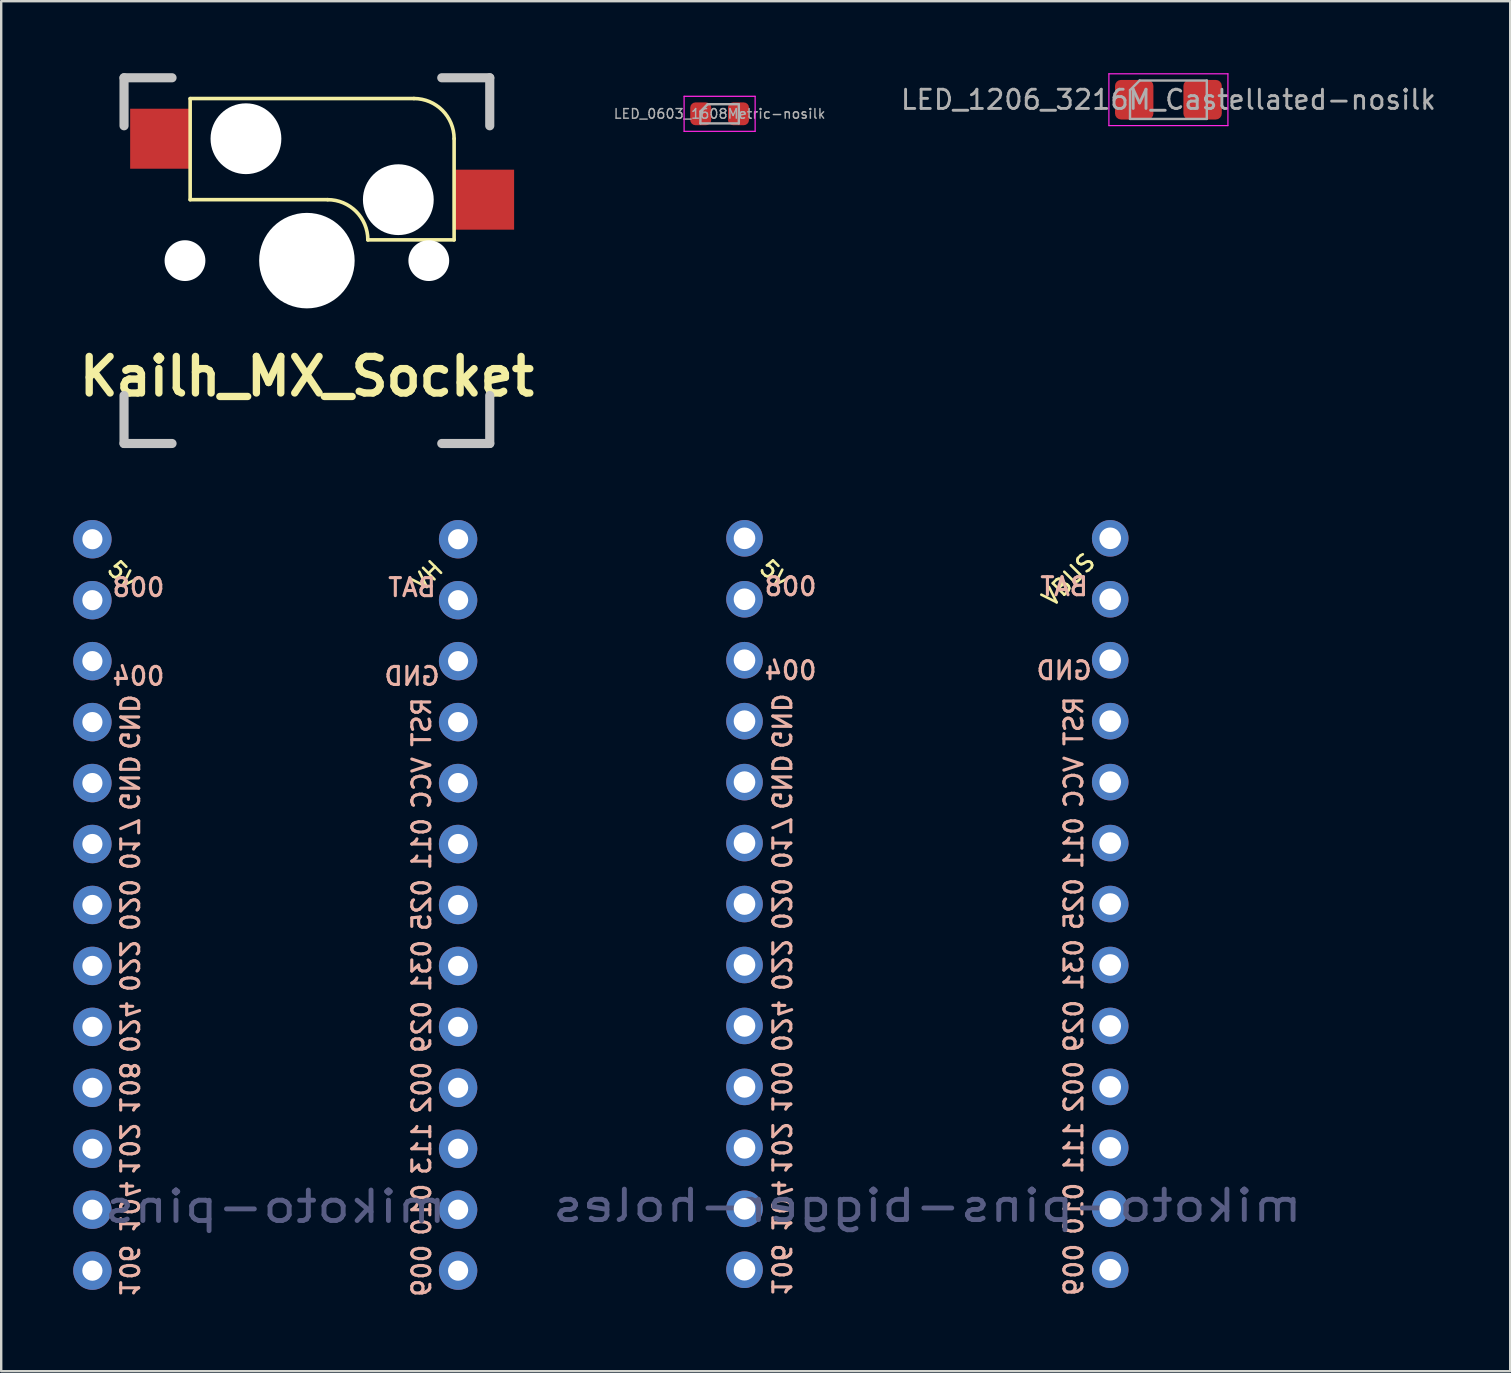
<source format=kicad_pcb>
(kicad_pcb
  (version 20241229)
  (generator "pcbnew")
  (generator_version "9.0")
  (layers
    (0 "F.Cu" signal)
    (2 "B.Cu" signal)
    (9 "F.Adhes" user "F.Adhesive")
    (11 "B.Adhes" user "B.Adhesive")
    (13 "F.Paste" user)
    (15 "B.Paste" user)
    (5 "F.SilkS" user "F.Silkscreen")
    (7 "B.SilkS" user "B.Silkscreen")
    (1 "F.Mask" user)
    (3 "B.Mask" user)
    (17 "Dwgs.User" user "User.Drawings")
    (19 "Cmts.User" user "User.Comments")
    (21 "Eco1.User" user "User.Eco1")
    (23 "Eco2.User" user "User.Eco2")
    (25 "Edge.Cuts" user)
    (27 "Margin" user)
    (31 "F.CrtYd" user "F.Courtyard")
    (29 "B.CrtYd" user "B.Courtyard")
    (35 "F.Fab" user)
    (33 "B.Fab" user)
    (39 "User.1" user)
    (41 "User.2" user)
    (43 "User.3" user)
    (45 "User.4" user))
  (footprint "mikoto-pins"
    (layer "F.Cu")
    (at 8.42 35.931)
    (property "Reference" "mikoto-pins" (at 0 11.303 0) (layer "B.Fab") (effects (font (size 1.27 1.524) (thickness 0.203)) (justify mirror)))
    (attr through_hole)
    (fp_text user "5V" (at -6.858 -15.494 315) (unlocked yes) (layer "F.SilkS") (effects (font (size 0.675 0.675) (thickness 0.11)) (justify left)))
    (fp_text user "VH" (at 6.858 -15.494 45) (unlocked yes) (layer "F.SilkS") (effects (font (size 0.675 0.675) (thickness 0.11)) (justify right)))
    (fp_text user "010" (at 6.1 11.43 90) (unlocked yes) (layer "B.SilkS") (effects (font (size 0.75 0.75) (thickness 0.13)) (justify mirror)))
    (fp_text user "108" (at -6.1 6.35 270) (unlocked yes) (layer "B.SilkS") (effects (font (size 0.75 0.75) (thickness 0.13)) (justify mirror)))
    (fp_text user "106" (at -6.1 13.97 270) (unlocked yes) (layer "B.SilkS") (effects (font (size 0.75 0.75) (thickness 0.13)) (justify mirror)))
    (fp_text user "022" (at -6.1 1.27 270) (unlocked yes) (layer "B.SilkS") (effects (font (size 0.75 0.75) (thickness 0.13)) (justify mirror)))
    (fp_text user "009" (at 6.1 13.97 90) (unlocked yes) (layer "B.SilkS") (effects (font (size 0.75 0.75) (thickness 0.13)) (justify mirror)))
    (fp_text user "008" (at -5.7 -14.5 0) (unlocked yes) (layer "B.SilkS") (effects (font (size 0.75 0.75) (thickness 0.13)) (justify mirror)))
    (fp_text user "GND" (at 5.7 -10.8 0) (unlocked yes) (layer "B.SilkS") (effects (font (size 0.75 0.75) (thickness 0.13)) (justify mirror)))
    (fp_text user "029" (at 6.1 3.81 90) (unlocked yes) (layer "B.SilkS") (effects (font (size 0.75 0.75) (thickness 0.13)) (justify mirror)))
    (fp_text user "GND" (at -6.1 -6.35 270) (unlocked yes) (layer "B.SilkS") (effects (font (size 0.75 0.75) (thickness 0.13)) (justify mirror)))
    (fp_text user "113" (at 6.1 8.89 90) (unlocked yes) (layer "B.SilkS") (effects (font (size 0.75 0.75) (thickness 0.13)) (justify mirror)))
    (fp_text user "104" (at -6.1 11.303 270) (unlocked yes) (layer "B.SilkS") (effects (font (size 0.75 0.75) (thickness 0.13)) (justify mirror)))
    (fp_text user "RST" (at 6.1 -8.89 90) (unlocked yes) (layer "B.SilkS") (effects (font (size 0.75 0.75) (thickness 0.13)) (justify mirror)))
    (fp_text user "002" (at 6.1 6.35 90) (unlocked yes) (layer "B.SilkS") (effects (font (size 0.75 0.75) (thickness 0.13)) (justify mirror)))
    (fp_text user "102" (at -6.1 8.89 270) (unlocked yes) (layer "B.SilkS") (effects (font (size 0.75 0.75) (thickness 0.13)) (justify mirror)))
    (fp_text user "024" (at -6.1 3.81 270) (unlocked yes) (layer "B.SilkS") (effects (font (size 0.75 0.75) (thickness 0.13)) (justify mirror)))
    (fp_text user "031" (at 6.1 1.27 90) (unlocked yes) (layer "B.SilkS") (effects (font (size 0.75 0.75) (thickness 0.13)) (justify mirror)))
    (fp_text user "004" (at -5.7 -10.8 0) (unlocked yes) (layer "B.SilkS") (effects (font (size 0.75 0.75) (thickness 0.13)) (justify mirror)))
    (fp_text user "017" (at -6.1 -3.81 270) (unlocked yes) (layer "B.SilkS") (effects (font (size 0.75 0.75) (thickness 0.13)) (justify mirror)))
    (fp_text user "GND" (at -6.1 -8.89 270) (unlocked yes) (layer "B.SilkS") (effects (font (size 0.75 0.75) (thickness 0.13)) (justify mirror)))
    (fp_text user "025" (at 6.1 -1.27 90) (unlocked yes) (layer "B.SilkS") (effects (font (size 0.75 0.75) (thickness 0.13)) (justify mirror)))
    (fp_text user "VCC" (at 6.1 -6.35 90) (unlocked yes) (layer "B.SilkS") (effects (font (size 0.75 0.75) (thickness 0.13)) (justify mirror)))
    (fp_text user "011" (at 6.1 -3.81 90) (unlocked yes) (layer "B.SilkS") (effects (font (size 0.75 0.75) (thickness 0.13)) (justify mirror)))
    (fp_text user "020" (at -6.1 -1.27 270) (unlocked yes) (layer "B.SilkS") (effects (font (size 0.75 0.75) (thickness 0.13)) (justify mirror)))
    (fp_text user "BAT" (at 5.7 -14.5 0) (unlocked yes) (layer "B.SilkS") (effects (font (size 0.75 0.75) (thickness 0.13)) (justify mirror)))
    (pad "1" thru_hole circle (at -7.62 -16.51) (size 1.6 1.6) (drill 0.84) (layers "*.Cu" "*.Mask"))
    (pad "2" thru_hole circle (at -7.62 -13.97) (size 1.6 1.6) (drill 0.84) (layers "*.Cu" "*.Mask"))
    (pad "3" thru_hole circle (at -7.62 -11.43) (size 1.6 1.6) (drill 0.84) (layers "*.Cu" "*.Mask"))
    (pad "4" thru_hole circle (at -7.62 -8.89) (size 1.6 1.6) (drill 0.84) (layers "*.Cu" "*.Mask"))
    (pad "5" thru_hole circle (at -7.62 -6.35) (size 1.6 1.6) (drill 0.84) (layers "*.Cu" "*.Mask"))
    (pad "6" thru_hole circle (at -7.62 -3.81) (size 1.6 1.6) (drill 0.84) (layers "*.Cu" "*.Mask"))
    (pad "7" thru_hole circle (at -7.62 -1.27) (size 1.6 1.6) (drill 0.84) (layers "*.Cu" "*.Mask"))
    (pad "8" thru_hole circle (at -7.62 1.27) (size 1.6 1.6) (drill 0.84) (layers "*.Cu" "*.Mask"))
    (pad "9" thru_hole circle (at -7.62 3.81) (size 1.6 1.6) (drill 0.84) (layers "*.Cu" "*.Mask"))
    (pad "10" thru_hole circle (at -7.62 6.35) (size 1.6 1.6) (drill 0.84) (layers "*.Cu" "*.Mask"))
    (pad "11" thru_hole circle (at -7.62 8.89) (size 1.6 1.6) (drill 0.84) (layers "*.Cu" "*.Mask"))
    (pad "12" thru_hole circle (at -7.62 11.43) (size 1.6 1.6) (drill 0.84) (layers "*.Cu" "*.Mask"))
    (pad "13" thru_hole circle (at -7.62 13.97) (size 1.6 1.6) (drill 0.84) (layers "*.Cu" "*.Mask"))
    (pad "14" thru_hole circle (at 7.62 13.97) (size 1.6 1.6) (drill 0.84) (layers "*.Cu" "*.Mask"))
    (pad "15" thru_hole circle (at 7.62 11.43) (size 1.6 1.6) (drill 0.84) (layers "*.Cu" "*.Mask"))
    (pad "16" thru_hole circle (at 7.62 8.89) (size 1.6 1.6) (drill 0.84) (layers "*.Cu" "*.Mask"))
    (pad "17" thru_hole circle (at 7.62 6.35) (size 1.6 1.6) (drill 0.84) (layers "*.Cu" "*.Mask"))
    (pad "18" thru_hole circle (at 7.62 3.81) (size 1.6 1.6) (drill 0.84) (layers "*.Cu" "*.Mask"))
    (pad "19" thru_hole circle (at 7.62 1.27) (size 1.6 1.6) (drill 0.84) (layers "*.Cu" "*.Mask"))
    (pad "20" thru_hole circle (at 7.62 -1.27) (size 1.6 1.6) (drill 0.84) (layers "*.Cu" "*.Mask"))
    (pad "21" thru_hole circle (at 7.62 -3.81) (size 1.6 1.6) (drill 0.84) (layers "*.Cu" "*.Mask"))
    (pad "22" thru_hole circle (at 7.62 -6.35) (size 1.6 1.6) (drill 0.84) (layers "*.Cu" "*.Mask"))
    (pad "23" thru_hole circle (at 7.62 -8.89) (size 1.6 1.6) (drill 0.84) (layers "*.Cu" "*.Mask"))
    (pad "24" thru_hole circle (at 7.62 -11.43) (size 1.6 1.6) (drill 0.84) (layers "*.Cu" "*.Mask"))
    (pad "25" thru_hole circle (at 7.62 -13.97) (size 1.6 1.6) (drill 0.84) (layers "*.Cu" "*.Mask"))
    (pad "26" thru_hole circle (at 7.62 -16.51) (size 1.6 1.6) (drill 0.84) (layers "*.Cu" "*.Mask")))
  (footprint "LED_1206_3216M_Castellated-nosilk"
    (layer "F.Cu")
    (at 45.64 1.105)
    (property "Reference" "LED_1206_3216M_Castellated-nosilk" (at 0 0 0) (layer "Eco2.User") (effects (font (size 0.3 0.3) (thickness 0.05))))
    (attr smd)
    (fp_line (start -2.48 -1.08) (end 2.48 -1.08) (stroke (width 0.05) (type solid)) (layer "F.CrtYd"))
    (fp_line (start -2.48 1.08) (end -2.48 -1.08) (stroke (width 0.05) (type solid)) (layer "F.CrtYd"))
    (fp_line (start 2.48 -1.08) (end 2.48 1.08) (stroke (width 0.05) (type solid)) (layer "F.CrtYd"))
    (fp_line (start 2.48 1.08) (end -2.48 1.08) (stroke (width 0.05) (type solid)) (layer "F.CrtYd"))
    (fp_line (start -1.6 -0.4) (end -1.6 0.8) (stroke (width 0.1) (type solid)) (layer "F.Fab"))
    (fp_line (start -1.6 0.8) (end 1.6 0.8) (stroke (width 0.1) (type solid)) (layer "F.Fab"))
    (fp_line (start -1.2 -0.8) (end -1.6 -0.4) (stroke (width 0.1) (type solid)) (layer "F.Fab"))
    (fp_line (start 1.6 -0.8) (end -1.2 -0.8) (stroke (width 0.1) (type solid)) (layer "F.Fab"))
    (fp_line (start 1.6 0.8) (end 1.6 -0.8) (stroke (width 0.1) (type solid)) (layer "F.Fab"))
    (fp_text user "${REFERENCE}" (at 0 0 0) (layer "F.Fab") (effects (font (size 0.8 0.8) (thickness 0.12))))
    (pad "1" smd roundrect (at -1.425 0) (size 1.6 1.65) (layers "F.Cu" "F.Mask" "F.Paste") (roundrect_rratio 0.156))
    (pad "2" smd roundrect (at 1.425 0) (size 1.6 1.65) (layers "F.Cu" "F.Mask" "F.Paste") (roundrect_rratio 0.156)))
  (footprint "Kailh_MX_Socket"
    (layer "F.Cu")
    (at 9.739 7.811)
    (property "Reference" "Kailh_MX_Socket" (at 0 4.826 0) (layer "F.SilkS") (effects (font (size 1.524 1.524) (thickness 0.305))))
    (attr through_hole)
    (fp_line (start -4.865 -6.75) (end -4.865 -2.54) (stroke (width 0.15) (type solid)) (layer "F.SilkS"))
    (fp_line (start 0.865 -2.54) (end -4.865 -2.54) (stroke (width 0.15) (type solid)) (layer "F.SilkS"))
    (fp_line (start 4.46 -6.755) (end -4.865 -6.755) (stroke (width 0.15) (type solid)) (layer "F.SilkS"))
    (fp_line (start 6.135 -5.08) (end 6.135 -0.865) (stroke (width 0.15) (type solid)) (layer "F.SilkS"))
    (fp_line (start 6.135 -0.865) (end 2.54 -0.865) (stroke (width 0.15) (type solid)) (layer "F.SilkS"))
    (fp_arc (start 0.865 -2.54) (mid 2.049404 -2.049404) (end 2.54 -0.865) (stroke (width 0.15) (type solid)) (layer "F.SilkS"))
    (fp_arc (start 4.46 -6.755) (mid 5.644404 -6.264404) (end 6.135 -5.08) (stroke (width 0.15) (type solid)) (layer "F.SilkS"))
    (fp_line (start -7.62 -7.62) (end -5.62 -7.62) (stroke (width 0.381) (type solid)) (layer "Dwgs.User"))
    (fp_line (start -7.62 -5.62) (end -7.62 -7.62) (stroke (width 0.381) (type solid)) (layer "Dwgs.User"))
    (fp_line (start -7.62 5.62) (end -7.62 7.62) (stroke (width 0.381) (type solid)) (layer "Dwgs.User"))
    (fp_line (start -7.62 7.62) (end -5.62 7.62) (stroke (width 0.381) (type solid)) (layer "Dwgs.User"))
    (fp_line (start 5.62 -7.62) (end 7.62 -7.62) (stroke (width 0.381) (type solid)) (layer "Dwgs.User"))
    (fp_line (start 5.62 7.62) (end 7.62 7.62) (stroke (width 0.381) (type solid)) (layer "Dwgs.User"))
    (fp_line (start 7.62 -7.62) (end 7.62 -5.62) (stroke (width 0.381) (type solid)) (layer "Dwgs.User"))
    (fp_line (start 7.62 5.62) (end 7.62 7.62) (stroke (width 0.381) (type solid)) (layer "Dwgs.User"))
    (pad "" np_thru_hole circle (at -5.08 0) (size 1.7 1.7) (drill 1.7) (layers "*.Cu" "*.Mask"))
    (pad "" np_thru_hole circle (at -2.54 -5.08) (size 2.95 2.95) (drill 2.95) (layers "*.Cu" "*.Mask"))
    (pad "" np_thru_hole circle (at 0 0) (size 3.98 3.98) (drill 3.98) (layers "*.Cu" "*.Mask"))
    (pad "" np_thru_hole circle (at 3.81 -2.54) (size 2.95 2.95) (drill 2.95) (layers "*.Cu" "*.Mask"))
    (pad "" np_thru_hole circle (at 5.08 0) (size 1.7 1.7) (drill 1.7) (layers "*.Cu" "*.Mask"))
    (pad "1" smd rect (at 7.36 -2.54) (size 2.55 2.5) (layers "F.Cu" "F.Mask" "F.Paste"))
    (pad "2" smd rect (at -6.09 -5.08) (size 2.55 2.5) (layers "F.Cu" "F.Mask" "F.Paste")))
  (footprint "mikoto-pins-bigger-holes"
    (layer "F.Cu")
    (at 35.595 35.893)
    (property "Reference" "mikoto-pins-bigger-holes" (at 0 11.303 0) (layer "B.Fab") (effects (font (size 1.27 1.524) (thickness 0.203)) (justify mirror)))
    (attr through_hole)
    (fp_text user "VBUS" (at 6.858 -15.748 45) (unlocked yes) (layer "F.SilkS") (effects (font (size 0.675 0.675) (thickness 0.11)) (justify right)))
    (fp_text user "5V" (at -6.858 -15.494 315) (unlocked yes) (layer "F.SilkS") (effects (font (size 0.675 0.675) (thickness 0.11)) (justify left)))
    (fp_text user "106" (at -6.1 13.97 270) (unlocked yes) (layer "B.SilkS") (effects (font (size 0.75 0.75) (thickness 0.13)) (justify mirror)))
    (fp_text user "010" (at 6.1 11.43 90) (unlocked yes) (layer "B.SilkS") (effects (font (size 0.75 0.75) (thickness 0.13)) (justify mirror)))
    (fp_text user "111" (at 6.1 8.89 90) (unlocked yes) (layer "B.SilkS") (effects (font (size 0.75 0.75) (thickness 0.13)) (justify mirror)))
    (fp_text user "BAT" (at 5.7 -14.5 0) (unlocked yes) (layer "B.SilkS") (effects (font (size 0.75 0.75) (thickness 0.13)) (justify mirror)))
    (fp_text user "011" (at 6.1 -3.81 90) (unlocked yes) (layer "B.SilkS") (effects (font (size 0.75 0.75) (thickness 0.13)) (justify mirror)))
    (fp_text user "020" (at -6.1 -1.27 270) (unlocked yes) (layer "B.SilkS") (effects (font (size 0.75 0.75) (thickness 0.13)) (justify mirror)))
    (fp_text user "024" (at -6.1 3.81 270) (unlocked yes) (layer "B.SilkS") (effects (font (size 0.75 0.75) (thickness 0.13)) (justify mirror)))
    (fp_text user "017" (at -6.1 -3.81 270) (unlocked yes) (layer "B.SilkS") (effects (font (size 0.75 0.75) (thickness 0.13)) (justify mirror)))
    (fp_text user "002" (at 6.1 6.35 90) (unlocked yes) (layer "B.SilkS") (effects (font (size 0.75 0.75) (thickness 0.13)) (justify mirror)))
    (fp_text user "104" (at -6.1 11.303 270) (unlocked yes) (layer "B.SilkS") (effects (font (size 0.75 0.75) (thickness 0.13)) (justify mirror)))
    (fp_text user "GND" (at -6.1 -8.89 270) (unlocked yes) (layer "B.SilkS") (effects (font (size 0.75 0.75) (thickness 0.13)) (justify mirror)))
    (fp_text user "022" (at -6.1 1.27 270) (unlocked yes) (layer "B.SilkS") (effects (font (size 0.75 0.75) (thickness 0.13)) (justify mirror)))
    (fp_text user "029" (at 6.1 3.81 90) (unlocked yes) (layer "B.SilkS") (effects (font (size 0.75 0.75) (thickness 0.13)) (justify mirror)))
    (fp_text user "025" (at 6.1 -1.27 90) (unlocked yes) (layer "B.SilkS") (effects (font (size 0.75 0.75) (thickness 0.13)) (justify mirror)))
    (fp_text user "031" (at 6.1 1.27 90) (unlocked yes) (layer "B.SilkS") (effects (font (size 0.75 0.75) (thickness 0.13)) (justify mirror)))
    (fp_text user "009" (at 6.1 13.97 90) (unlocked yes) (layer "B.SilkS") (effects (font (size 0.75 0.75) (thickness 0.13)) (justify mirror)))
    (fp_text user "004" (at -5.7 -11 0) (unlocked yes) (layer "B.SilkS") (effects (font (size 0.75 0.75) (thickness 0.13)) (justify mirror)))
    (fp_text user "GND" (at -6.1 -6.35 270) (unlocked yes) (layer "B.SilkS") (effects (font (size 0.75 0.75) (thickness 0.13)) (justify mirror)))
    (fp_text user "VCC" (at 6.1 -6.35 90) (unlocked yes) (layer "B.SilkS") (effects (font (size 0.75 0.75) (thickness 0.13)) (justify mirror)))
    (fp_text user "100" (at -6.1 6.35 270) (unlocked yes) (layer "B.SilkS") (effects (font (size 0.75 0.75) (thickness 0.13)) (justify mirror)))
    (fp_text user "102" (at -6.1 8.89 270) (unlocked yes) (layer "B.SilkS") (effects (font (size 0.75 0.75) (thickness 0.13)) (justify mirror)))
    (fp_text user "RST" (at 6.1 -8.89 90) (unlocked yes) (layer "B.SilkS") (effects (font (size 0.75 0.75) (thickness 0.13)) (justify mirror)))
    (fp_text user "GND" (at 5.7 -11 0) (unlocked yes) (layer "B.SilkS") (effects (font (size 0.75 0.75) (thickness 0.13)) (justify mirror)))
    (fp_text user "008" (at -5.7 -14.5 0) (unlocked yes) (layer "B.SilkS") (effects (font (size 0.75 0.75) (thickness 0.13)) (justify mirror)))
    (pad "1" thru_hole circle (at -7.62 -16.51) (size 1.524 1.524) (drill 0.9) (layers "*.Cu" "*.Mask"))
    (pad "2" thru_hole circle (at -7.62 -13.97) (size 1.524 1.524) (drill 0.9) (layers "*.Cu" "*.Mask"))
    (pad "3" thru_hole circle (at -7.62 -11.43) (size 1.524 1.524) (drill 0.9) (layers "*.Cu" "*.Mask"))
    (pad "4" thru_hole circle (at -7.62 -8.89) (size 1.524 1.524) (drill 0.9) (layers "*.Cu" "*.Mask"))
    (pad "5" thru_hole circle (at -7.62 -6.35) (size 1.524 1.524) (drill 0.9) (layers "*.Cu" "*.Mask"))
    (pad "6" thru_hole circle (at -7.62 -3.81) (size 1.524 1.524) (drill 0.9) (layers "*.Cu" "*.Mask"))
    (pad "7" thru_hole circle (at -7.62 -1.27) (size 1.524 1.524) (drill 0.9) (layers "*.Cu" "*.Mask"))
    (pad "8" thru_hole circle (at -7.62 1.27) (size 1.524 1.524) (drill 0.9) (layers "*.Cu" "*.Mask"))
    (pad "9" thru_hole circle (at -7.62 3.81) (size 1.524 1.524) (drill 0.9) (layers "*.Cu" "*.Mask"))
    (pad "10" thru_hole circle (at -7.62 6.35) (size 1.524 1.524) (drill 0.9) (layers "*.Cu" "*.Mask"))
    (pad "11" thru_hole circle (at -7.62 8.89) (size 1.524 1.524) (drill 0.9) (layers "*.Cu" "*.Mask"))
    (pad "12" thru_hole circle (at -7.62 11.43) (size 1.524 1.524) (drill 0.9) (layers "*.Cu" "*.Mask"))
    (pad "13" thru_hole circle (at -7.62 13.97) (size 1.524 1.524) (drill 0.9) (layers "*.Cu" "*.Mask"))
    (pad "14" thru_hole circle (at 7.62 13.97) (size 1.524 1.524) (drill 0.9) (layers "*.Cu" "*.Mask"))
    (pad "15" thru_hole circle (at 7.62 11.43) (size 1.524 1.524) (drill 0.9) (layers "*.Cu" "*.Mask"))
    (pad "16" thru_hole circle (at 7.62 8.89) (size 1.524 1.524) (drill 0.9) (layers "*.Cu" "*.Mask"))
    (pad "17" thru_hole circle (at 7.62 6.35) (size 1.524 1.524) (drill 0.9) (layers "*.Cu" "*.Mask"))
    (pad "18" thru_hole circle (at 7.62 3.81) (size 1.524 1.524) (drill 0.9) (layers "*.Cu" "*.Mask"))
    (pad "19" thru_hole circle (at 7.62 1.27) (size 1.524 1.524) (drill 0.9) (layers "*.Cu" "*.Mask"))
    (pad "20" thru_hole circle (at 7.62 -1.27) (size 1.524 1.524) (drill 0.9) (layers "*.Cu" "*.Mask"))
    (pad "21" thru_hole circle (at 7.62 -3.81) (size 1.524 1.524) (drill 0.9) (layers "*.Cu" "*.Mask"))
    (pad "22" thru_hole circle (at 7.62 -6.35) (size 1.524 1.524) (drill 0.9) (layers "*.Cu" "*.Mask"))
    (pad "23" thru_hole circle (at 7.62 -8.89) (size 1.524 1.524) (drill 0.9) (layers "*.Cu" "*.Mask"))
    (pad "24" thru_hole circle (at 7.62 -11.43) (size 1.524 1.524) (drill 0.9) (layers "*.Cu" "*.Mask"))
    (pad "25" thru_hole circle (at 7.62 -13.97) (size 1.524 1.524) (drill 0.9) (layers "*.Cu" "*.Mask"))
    (pad "26" thru_hole circle (at 7.62 -16.51) (size 1.524 1.524) (drill 0.9) (layers "*.Cu" "*.Mask")))
  (footprint "LED_0603_1608Metric-nosilk"
    (layer "F.Cu")
    (at 26.938 1.693)
    (property "Reference" "LED_0603_1608Metric-nosilk" (at 0 -1.43 0) (layer "Eco2.User") (effects (font (size 0.3 0.3) (thickness 0.05))))
    (attr smd)
    (fp_line (start -1.48 -0.73) (end 1.48 -0.73) (stroke (width 0.05) (type solid)) (layer "F.CrtYd"))
    (fp_line (start -1.48 0.73) (end -1.48 -0.73) (stroke (width 0.05) (type solid)) (layer "F.CrtYd"))
    (fp_line (start 1.48 -0.73) (end 1.48 0.73) (stroke (width 0.05) (type solid)) (layer "F.CrtYd"))
    (fp_line (start 1.48 0.73) (end -1.48 0.73) (stroke (width 0.05) (type solid)) (layer "F.CrtYd"))
    (fp_line (start -0.8 -0.1) (end -0.8 0.4) (stroke (width 0.1) (type solid)) (layer "F.Fab"))
    (fp_line (start -0.8 0.4) (end 0.8 0.4) (stroke (width 0.1) (type solid)) (layer "F.Fab"))
    (fp_line (start -0.5 -0.4) (end -0.8 -0.1) (stroke (width 0.1) (type solid)) (layer "F.Fab"))
    (fp_line (start 0.8 -0.4) (end -0.5 -0.4) (stroke (width 0.1) (type solid)) (layer "F.Fab"))
    (fp_line (start 0.8 0.4) (end 0.8 -0.4) (stroke (width 0.1) (type solid)) (layer "F.Fab"))
    (fp_text user "${REFERENCE}" (at 0 0 0) (layer "F.Fab") (effects (font (size 0.4 0.4) (thickness 0.06))))
    (pad "1" smd roundrect (at -0.787 0) (size 0.875 0.95) (layers "F.Cu" "F.Mask" "F.Paste") (roundrect_rratio 0.25))
    (pad "2" smd roundrect (at 0.787 0) (size 0.875 0.95) (layers "F.Cu" "F.Mask" "F.Paste") (roundrect_rratio 0.25)))
  (gr_rect
    (start -3 -3)
    (end 59.883 54.092)
    (stroke (width 0.1) (type default))
    (fill no)
    (layer "Edge.Cuts")))
</source>
